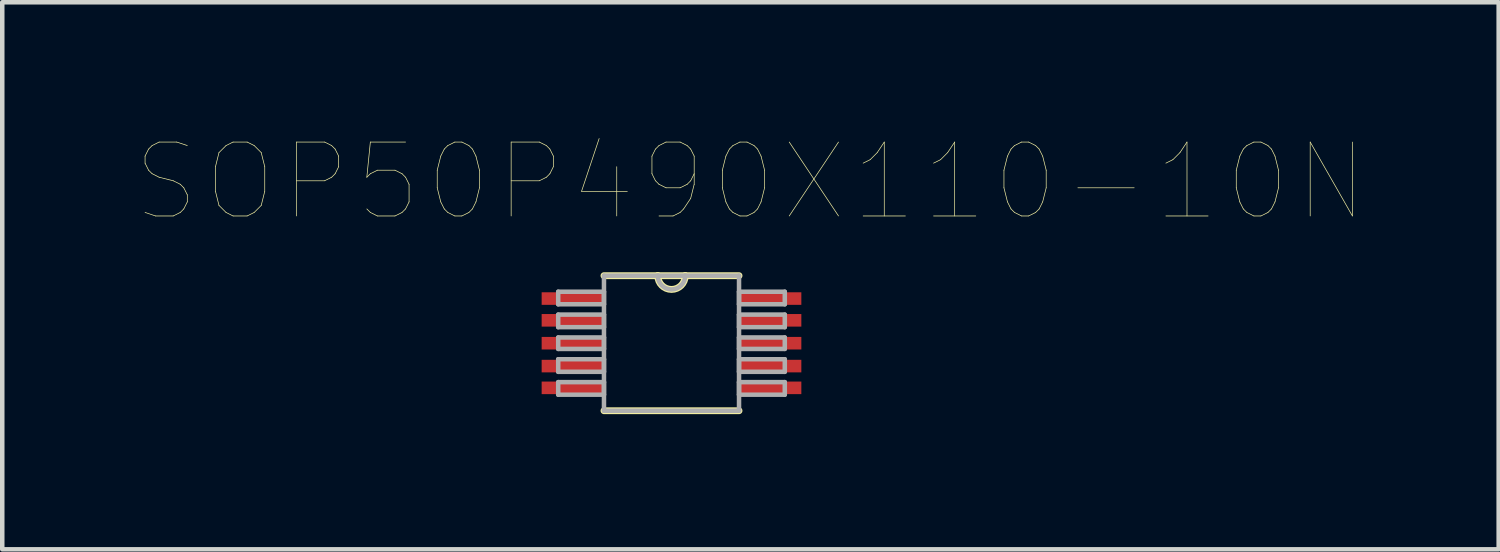
<source format=kicad_pcb>
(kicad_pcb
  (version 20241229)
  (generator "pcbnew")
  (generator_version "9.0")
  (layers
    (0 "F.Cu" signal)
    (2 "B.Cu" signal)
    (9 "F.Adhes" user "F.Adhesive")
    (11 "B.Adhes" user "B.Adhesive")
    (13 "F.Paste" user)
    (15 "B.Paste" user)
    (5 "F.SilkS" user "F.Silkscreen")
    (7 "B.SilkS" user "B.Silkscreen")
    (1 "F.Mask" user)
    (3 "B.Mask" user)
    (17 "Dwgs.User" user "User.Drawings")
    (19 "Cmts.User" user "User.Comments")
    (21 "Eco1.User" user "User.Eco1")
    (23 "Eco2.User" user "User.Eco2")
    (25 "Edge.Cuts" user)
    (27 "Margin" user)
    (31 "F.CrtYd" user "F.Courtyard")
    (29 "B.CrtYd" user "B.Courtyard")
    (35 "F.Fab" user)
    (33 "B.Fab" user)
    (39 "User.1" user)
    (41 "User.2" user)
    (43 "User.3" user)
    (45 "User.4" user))
  (footprint "SOP50P490X110-10N"
    (layer "F.Cu")
    (at 11.857 4.569)
    (property "Reference" "SOP50P490X110-10N" (at 1.754 -3.583 0) (layer "F.SilkS") (effects (font (size 1.641 1.641) (thickness 0.015))))
    (attr through_hole)
    (fp_line (start -1.499 1.499) (end 1.499 1.499) (stroke (width 0.152) (type solid)) (layer "F.SilkS"))
    (fp_line (start -0.305 -1.499) (end -1.499 -1.499) (stroke (width 0.152) (type solid)) (layer "F.SilkS"))
    (fp_line (start 0.305 -1.499) (end -0.305 -1.499) (stroke (width 0.152) (type solid)) (layer "F.SilkS"))
    (fp_line (start 1.499 -1.499) (end 0.305 -1.499) (stroke (width 0.152) (type solid)) (layer "F.SilkS"))
    (fp_arc (start 0.3048 -1.4986) (mid 0 -1.1938) (end -0.3048 -1.4986) (stroke (width 0.1524) (type solid)) (layer "F.SilkS"))
    (fp_line (start -2.515 -1.143) (end -2.515 -0.864) (stroke (width 0.1) (type solid)) (layer "F.Fab"))
    (fp_line (start -2.515 -0.864) (end -1.499 -0.864) (stroke (width 0.1) (type solid)) (layer "F.Fab"))
    (fp_line (start -2.515 -0.635) (end -2.515 -0.356) (stroke (width 0.1) (type solid)) (layer "F.Fab"))
    (fp_line (start -2.515 -0.356) (end -1.499 -0.356) (stroke (width 0.1) (type solid)) (layer "F.Fab"))
    (fp_line (start -2.515 -0.127) (end -2.515 0.127) (stroke (width 0.1) (type solid)) (layer "F.Fab"))
    (fp_line (start -2.515 0.127) (end -1.499 0.127) (stroke (width 0.1) (type solid)) (layer "F.Fab"))
    (fp_line (start -2.515 0.356) (end -2.515 0.635) (stroke (width 0.1) (type solid)) (layer "F.Fab"))
    (fp_line (start -2.515 0.635) (end -1.499 0.635) (stroke (width 0.1) (type solid)) (layer "F.Fab"))
    (fp_line (start -2.515 0.864) (end -2.515 1.143) (stroke (width 0.1) (type solid)) (layer "F.Fab"))
    (fp_line (start -2.515 1.143) (end -1.499 1.143) (stroke (width 0.1) (type solid)) (layer "F.Fab"))
    (fp_line (start -1.499 -1.499) (end -1.499 1.499) (stroke (width 0.1) (type solid)) (layer "F.Fab"))
    (fp_line (start -1.499 -1.143) (end -2.515 -1.143) (stroke (width 0.1) (type solid)) (layer "F.Fab"))
    (fp_line (start -1.499 -0.864) (end -1.499 -1.143) (stroke (width 0.1) (type solid)) (layer "F.Fab"))
    (fp_line (start -1.499 -0.635) (end -2.515 -0.635) (stroke (width 0.1) (type solid)) (layer "F.Fab"))
    (fp_line (start -1.499 -0.356) (end -1.499 -0.635) (stroke (width 0.1) (type solid)) (layer "F.Fab"))
    (fp_line (start -1.499 -0.127) (end -2.515 -0.127) (stroke (width 0.1) (type solid)) (layer "F.Fab"))
    (fp_line (start -1.499 0.127) (end -1.499 -0.127) (stroke (width 0.1) (type solid)) (layer "F.Fab"))
    (fp_line (start -1.499 0.356) (end -2.515 0.356) (stroke (width 0.1) (type solid)) (layer "F.Fab"))
    (fp_line (start -1.499 0.635) (end -1.499 0.356) (stroke (width 0.1) (type solid)) (layer "F.Fab"))
    (fp_line (start -1.499 0.864) (end -2.515 0.864) (stroke (width 0.1) (type solid)) (layer "F.Fab"))
    (fp_line (start -1.499 1.143) (end -1.499 0.864) (stroke (width 0.1) (type solid)) (layer "F.Fab"))
    (fp_line (start -1.499 1.499) (end 1.499 1.499) (stroke (width 0.1) (type solid)) (layer "F.Fab"))
    (fp_line (start -0.305 -1.499) (end -1.499 -1.499) (stroke (width 0.1) (type solid)) (layer "F.Fab"))
    (fp_line (start 0.305 -1.499) (end -0.305 -1.499) (stroke (width 0.1) (type solid)) (layer "F.Fab"))
    (fp_line (start 1.499 -1.499) (end 0.305 -1.499) (stroke (width 0.1) (type solid)) (layer "F.Fab"))
    (fp_line (start 1.499 -1.143) (end 1.499 -0.864) (stroke (width 0.1) (type solid)) (layer "F.Fab"))
    (fp_line (start 1.499 -0.864) (end 2.515 -0.864) (stroke (width 0.1) (type solid)) (layer "F.Fab"))
    (fp_line (start 1.499 -0.635) (end 1.499 -0.356) (stroke (width 0.1) (type solid)) (layer "F.Fab"))
    (fp_line (start 1.499 -0.356) (end 2.515 -0.356) (stroke (width 0.1) (type solid)) (layer "F.Fab"))
    (fp_line (start 1.499 -0.127) (end 1.499 0.127) (stroke (width 0.1) (type solid)) (layer "F.Fab"))
    (fp_line (start 1.499 0.127) (end 2.515 0.127) (stroke (width 0.1) (type solid)) (layer "F.Fab"))
    (fp_line (start 1.499 0.356) (end 1.499 0.635) (stroke (width 0.1) (type solid)) (layer "F.Fab"))
    (fp_line (start 1.499 0.635) (end 2.515 0.635) (stroke (width 0.1) (type solid)) (layer "F.Fab"))
    (fp_line (start 1.499 0.864) (end 1.499 1.143) (stroke (width 0.1) (type solid)) (layer "F.Fab"))
    (fp_line (start 1.499 1.143) (end 2.515 1.143) (stroke (width 0.1) (type solid)) (layer "F.Fab"))
    (fp_line (start 1.499 1.499) (end 1.499 -1.499) (stroke (width 0.1) (type solid)) (layer "F.Fab"))
    (fp_line (start 2.515 -1.143) (end 1.499 -1.143) (stroke (width 0.1) (type solid)) (layer "F.Fab"))
    (fp_line (start 2.515 -0.864) (end 2.515 -1.143) (stroke (width 0.1) (type solid)) (layer "F.Fab"))
    (fp_line (start 2.515 -0.635) (end 1.499 -0.635) (stroke (width 0.1) (type solid)) (layer "F.Fab"))
    (fp_line (start 2.515 -0.356) (end 2.515 -0.635) (stroke (width 0.1) (type solid)) (layer "F.Fab"))
    (fp_line (start 2.515 -0.127) (end 1.499 -0.127) (stroke (width 0.1) (type solid)) (layer "F.Fab"))
    (fp_line (start 2.515 0.127) (end 2.515 -0.127) (stroke (width 0.1) (type solid)) (layer "F.Fab"))
    (fp_line (start 2.515 0.356) (end 1.499 0.356) (stroke (width 0.1) (type solid)) (layer "F.Fab"))
    (fp_line (start 2.515 0.635) (end 2.515 0.356) (stroke (width 0.1) (type solid)) (layer "F.Fab"))
    (fp_line (start 2.515 0.864) (end 1.499 0.864) (stroke (width 0.1) (type solid)) (layer "F.Fab"))
    (fp_line (start 2.515 1.143) (end 2.515 0.864) (stroke (width 0.1) (type solid)) (layer "F.Fab"))
    (fp_arc (start 0.3048 -1.4986) (mid 0 -1.1938) (end -0.3048 -1.4986) (stroke (width 0.1) (type solid)) (layer "F.Fab"))
    (pad "1" smd rect (at -2.184 -0.991) (size 1.397 0.279) (layers "F.Cu" "F.Mask" "F.Paste"))
    (pad "2" smd rect (at -2.184 -0.508) (size 1.397 0.279) (layers "F.Cu" "F.Mask" "F.Paste"))
    (pad "3" smd rect (at -2.184 0) (size 1.397 0.279) (layers "F.Cu" "F.Mask" "F.Paste"))
    (pad "4" smd rect (at -2.184 0.508) (size 1.397 0.279) (layers "F.Cu" "F.Mask" "F.Paste"))
    (pad "5" smd rect (at -2.184 0.991) (size 1.397 0.279) (layers "F.Cu" "F.Mask" "F.Paste"))
    (pad "6" smd rect (at 2.184 0.991) (size 1.397 0.279) (layers "F.Cu" "F.Mask" "F.Paste"))
    (pad "7" smd rect (at 2.184 0.508) (size 1.397 0.279) (layers "F.Cu" "F.Mask" "F.Paste"))
    (pad "8" smd rect (at 2.184 0) (size 1.397 0.279) (layers "F.Cu" "F.Mask" "F.Paste"))
    (pad "9" smd rect (at 2.184 -0.508) (size 1.397 0.279) (layers "F.Cu" "F.Mask" "F.Paste"))
    (pad "10" smd rect (at 2.184 -0.991) (size 1.397 0.279) (layers "F.Cu" "F.Mask" "F.Paste")))
  (gr_rect
    (start -3 -3)
    (end 30.22 9.144)
    (stroke (width 0.1) (type default))
    (fill no)
    (layer "Edge.Cuts")))
</source>
